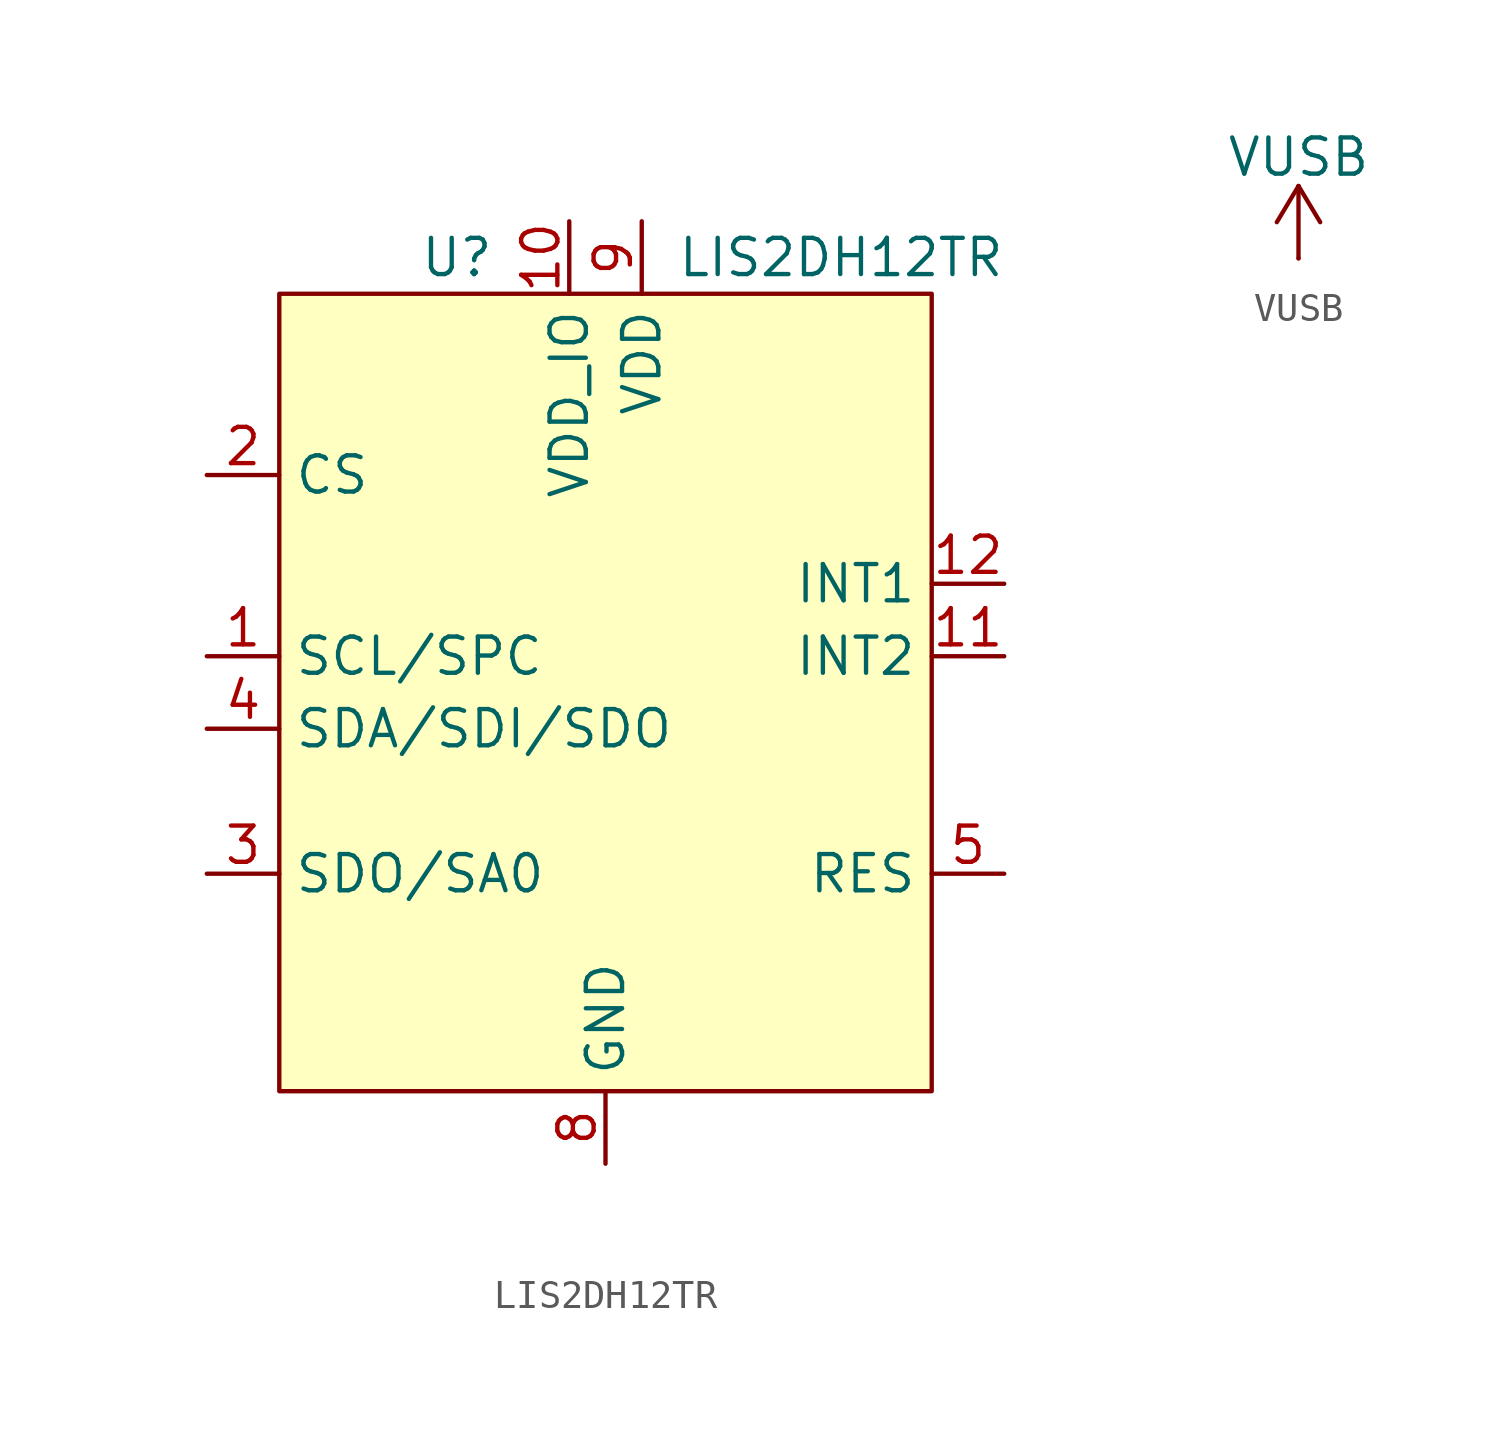
<source format=kicad_sym>
(kicad_symbol_lib
  (version 20241209)
  (generator "kicad_symbol_editor")
  (generator_version "9.0")
  (symbol "LIS2DH12TR"
    (property "Reference" "U"
      (at -5.207 15.24 0)
      (effects (font (size 1.27 1.27))))
    (property "Value" "LIS2DH12TR"
      (at 8.255 15.24 0)
      (effects (font (size 1.27 1.27))))
    (symbol "LIS2DH12TR_0_0"
      (pin output line (at -13.97 7.62 0) (length 2.54) (name "CS" (effects (font (size 1.27 1.27)))) (number "2" (effects (font (size 1.27 1.27)))))
      (pin output line (at -13.97 1.27 0) (length 2.54) (name "SCL/SPC" (effects (font (size 1.27 1.27)))) (number "1" (effects (font (size 1.27 1.27)))))
      (pin output line (at -13.97 -1.27 0) (length 2.54) (name "SDA/SDI/SDO" (effects (font (size 1.27 1.27)))) (number "4" (effects (font (size 1.27 1.27)))))
      (pin output line (at -13.97 -6.35 0) (length 2.54) (name "SDO/SA0" (effects (font (size 1.27 1.27)))) (number "3" (effects (font (size 1.27 1.27)))))
      (pin power_in line (at -1.27 16.51 270) (length 2.54) (name "VDD_IO" (effects (font (size 1.27 1.27)))) (number "10" (effects (font (size 1.27 1.27)))))
      (pin power_in line (at 0 -16.51 90) (length 2.54) (hide yes) (name "GND" (effects (font (size 1.27 1.27)))) (number "6" (effects (font (size 1.27 1.27)))))
      (pin power_in line (at 0 -16.51 90) (length 2.54) (hide yes) (name "GND" (effects (font (size 1.27 1.27)))) (number "7" (effects (font (size 1.27 1.27)))))
      (pin power_in line (at 0 -16.51 90) (length 2.54) (name "GND" (effects (font (size 1.27 1.27)))) (number "8" (effects (font (size 1.27 1.27)))))
      (pin power_in line (at 1.27 16.51 270) (length 2.54) (name "VDD" (effects (font (size 1.27 1.27)))) (number "9" (effects (font (size 1.27 1.27)))))
      (pin output line (at 13.97 3.81 180) (length 2.54) (name "INT1" (effects (font (size 1.27 1.27)))) (number "12" (effects (font (size 1.27 1.27)))))
      (pin output line (at 13.97 1.27 180) (length 2.54) (name "INT2" (effects (font (size 1.27 1.27)))) (number "11" (effects (font (size 1.27 1.27)))))
      (pin passive line (at 13.97 -6.35 180) (length 2.54) (name "RES" (effects (font (size 1.27 1.27)))) (number "5" (effects (font (size 1.27 1.27))))))
    (symbol "LIS2DH12TR_1_1"
      (rectangle (start -11.43 13.97) (end 11.43 -13.97) (stroke (width 0) (type solid)) (fill (type background)))))
  (symbol "VUSB"
    (power)
    (pin_numbers
      (hide yes))
    (pin_names
      (offset 0)
      (hide yes))
    (property "Reference" "#PWR"
      (at 0 -3.81 0)
      (effects (font (size 1.27 1.27)) (hide yes)))
    (property "Value" "VUSB"
      (at 0 3.556 0)
      (effects (font (size 1.27 1.27))))
    (symbol "VUSB_0_1"
      (polyline (pts (xy -0.762 1.27) (xy 0 2.54)) (stroke (width 0) (type default)) (fill (type none)))
      (polyline (pts (xy 0 2.54) (xy 0.762 1.27)) (stroke (width 0) (type default)) (fill (type none)))
      (polyline (pts (xy 0 0) (xy 0 2.54)) (stroke (width 0) (type default)) (fill (type none))))
    (symbol "VUSB_1_1"
      (pin power_in line (at 0 0 90) (length 0) (name "~" (effects (font (size 1.27 1.27)))) (number "1" (effects (font (size 1.27 1.27))))))))
</source>
